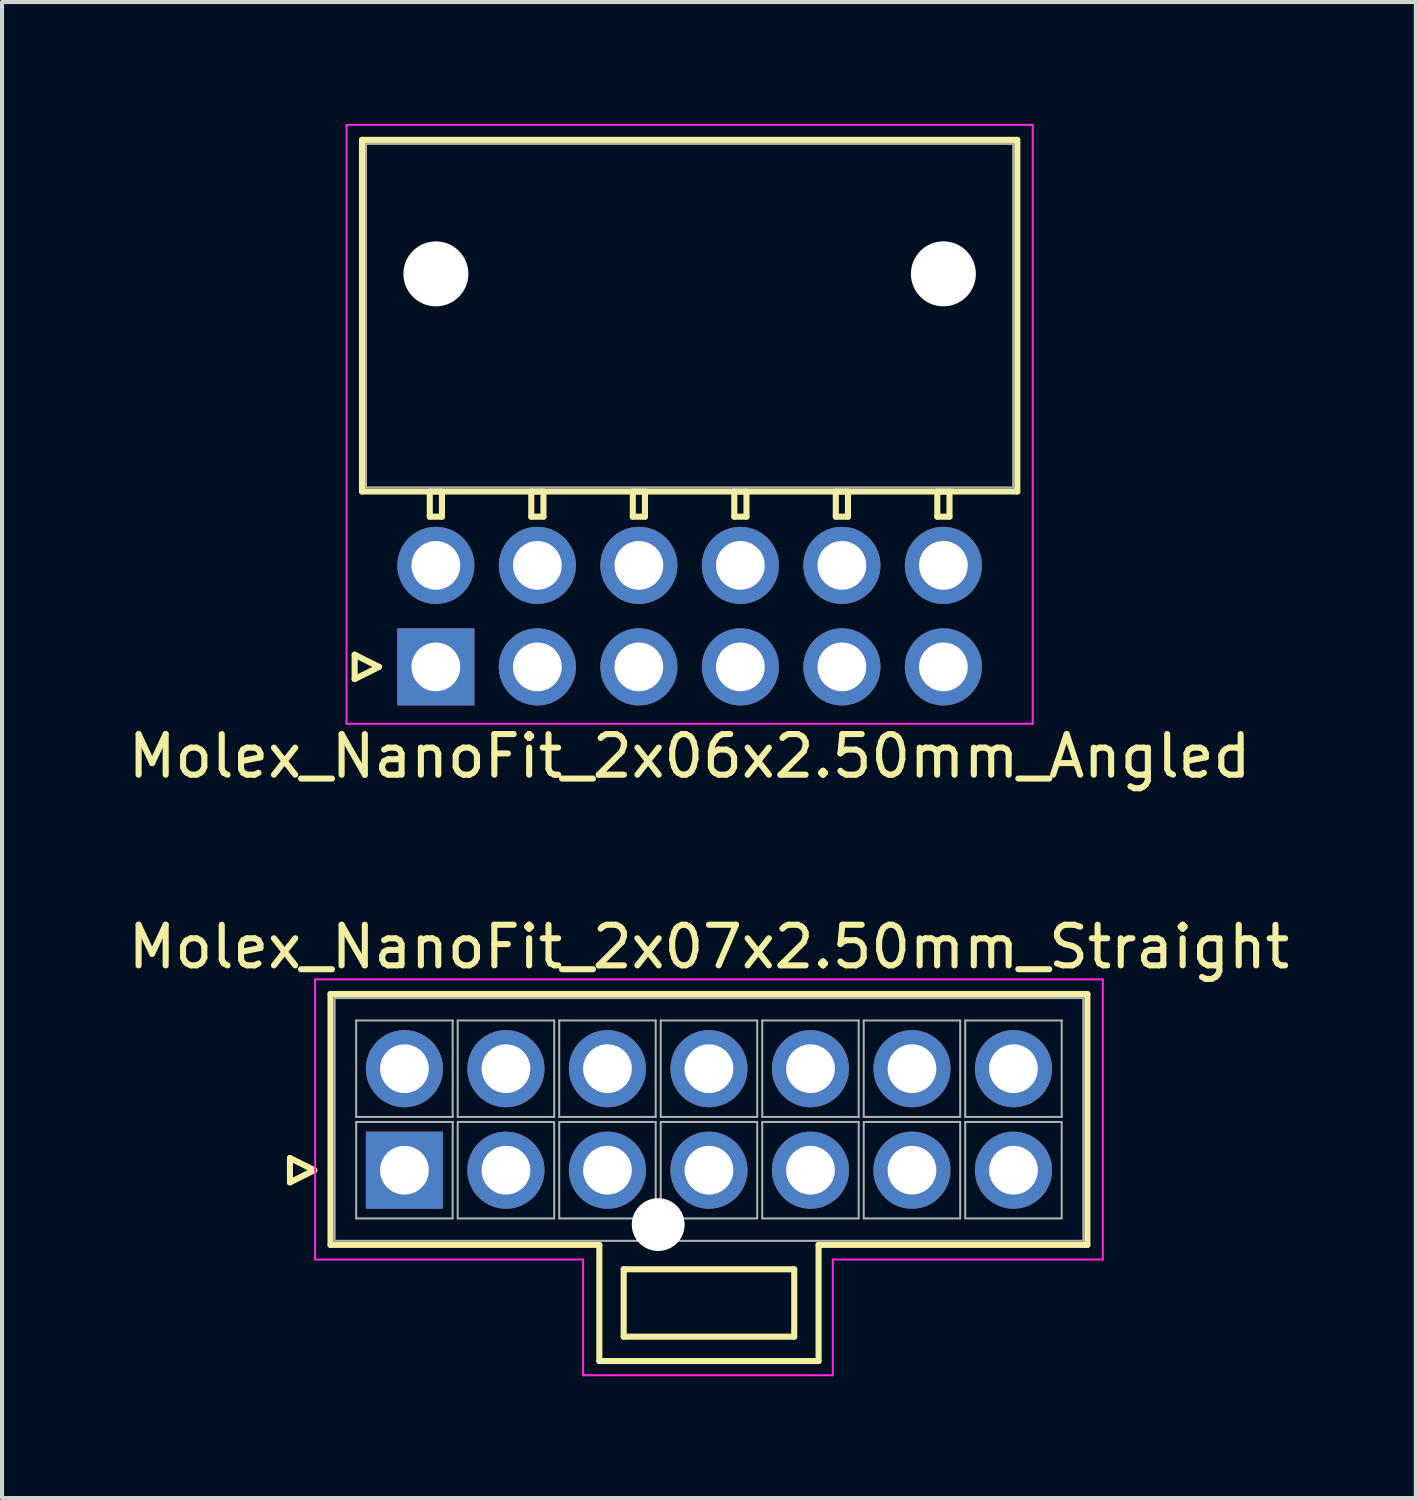
<source format=kicad_pcb>
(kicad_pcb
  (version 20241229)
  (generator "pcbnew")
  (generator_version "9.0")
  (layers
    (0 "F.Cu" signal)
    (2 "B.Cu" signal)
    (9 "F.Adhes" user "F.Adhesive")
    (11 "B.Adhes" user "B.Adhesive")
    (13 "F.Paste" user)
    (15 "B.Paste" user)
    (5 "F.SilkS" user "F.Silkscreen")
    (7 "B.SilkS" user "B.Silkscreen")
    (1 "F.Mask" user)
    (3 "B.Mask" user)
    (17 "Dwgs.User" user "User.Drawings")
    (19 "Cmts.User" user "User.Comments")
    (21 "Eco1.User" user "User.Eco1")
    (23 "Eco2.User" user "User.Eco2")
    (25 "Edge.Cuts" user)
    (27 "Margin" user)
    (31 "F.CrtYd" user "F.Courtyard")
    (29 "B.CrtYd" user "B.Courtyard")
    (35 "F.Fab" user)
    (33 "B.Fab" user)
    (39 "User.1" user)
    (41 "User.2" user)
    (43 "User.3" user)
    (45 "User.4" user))
  (footprint "Molex_NanoFit_2x06x2.50mm_Angled"
    (layer "F.Cu")
    (at 7.685 13.375)
    (property "Reference" "Molex_NanoFit_2x06x2.50mm_Angled" (at 6.25 2.2 0) (layer "F.SilkS") (effects (font (size 1 1) (thickness 0.15))))
    (attr through_hole)
    (fp_line (start -2 -0.3) (end -1.4 0) (stroke (width 0.15) (type solid)) (layer "F.SilkS"))
    (fp_line (start -2 0.3) (end -2 -0.3) (stroke (width 0.15) (type solid)) (layer "F.SilkS"))
    (fp_line (start -1.82 -12.98) (end -1.82 -4.32) (stroke (width 0.15) (type solid)) (layer "F.SilkS"))
    (fp_line (start -1.82 -4.32) (end 14.32 -4.32) (stroke (width 0.15) (type solid)) (layer "F.SilkS"))
    (fp_line (start -1.4 0) (end -2 0.3) (stroke (width 0.15) (type solid)) (layer "F.SilkS"))
    (fp_line (start -0.15 -4.32) (end -0.15 -3.7) (stroke (width 0.15) (type solid)) (layer "F.SilkS"))
    (fp_line (start -0.15 -3.7) (end 0.15 -3.7) (stroke (width 0.15) (type solid)) (layer "F.SilkS"))
    (fp_line (start 0.15 -4.32) (end -0.15 -4.32) (stroke (width 0.15) (type solid)) (layer "F.SilkS"))
    (fp_line (start 0.15 -3.7) (end 0.15 -4.32) (stroke (width 0.15) (type solid)) (layer "F.SilkS"))
    (fp_line (start 2.35 -4.32) (end 2.35 -3.7) (stroke (width 0.15) (type solid)) (layer "F.SilkS"))
    (fp_line (start 2.35 -3.7) (end 2.65 -3.7) (stroke (width 0.15) (type solid)) (layer "F.SilkS"))
    (fp_line (start 2.65 -4.32) (end 2.35 -4.32) (stroke (width 0.15) (type solid)) (layer "F.SilkS"))
    (fp_line (start 2.65 -3.7) (end 2.65 -4.32) (stroke (width 0.15) (type solid)) (layer "F.SilkS"))
    (fp_line (start 4.85 -4.32) (end 4.85 -3.7) (stroke (width 0.15) (type solid)) (layer "F.SilkS"))
    (fp_line (start 4.85 -3.7) (end 5.15 -3.7) (stroke (width 0.15) (type solid)) (layer "F.SilkS"))
    (fp_line (start 5.15 -4.32) (end 4.85 -4.32) (stroke (width 0.15) (type solid)) (layer "F.SilkS"))
    (fp_line (start 5.15 -3.7) (end 5.15 -4.32) (stroke (width 0.15) (type solid)) (layer "F.SilkS"))
    (fp_line (start 7.35 -4.32) (end 7.35 -3.7) (stroke (width 0.15) (type solid)) (layer "F.SilkS"))
    (fp_line (start 7.35 -3.7) (end 7.65 -3.7) (stroke (width 0.15) (type solid)) (layer "F.SilkS"))
    (fp_line (start 7.65 -4.32) (end 7.35 -4.32) (stroke (width 0.15) (type solid)) (layer "F.SilkS"))
    (fp_line (start 7.65 -3.7) (end 7.65 -4.32) (stroke (width 0.15) (type solid)) (layer "F.SilkS"))
    (fp_line (start 9.85 -4.32) (end 9.85 -3.7) (stroke (width 0.15) (type solid)) (layer "F.SilkS"))
    (fp_line (start 9.85 -3.7) (end 10.15 -3.7) (stroke (width 0.15) (type solid)) (layer "F.SilkS"))
    (fp_line (start 10.15 -4.32) (end 9.85 -4.32) (stroke (width 0.15) (type solid)) (layer "F.SilkS"))
    (fp_line (start 10.15 -3.7) (end 10.15 -4.32) (stroke (width 0.15) (type solid)) (layer "F.SilkS"))
    (fp_line (start 12.35 -4.32) (end 12.35 -3.7) (stroke (width 0.15) (type solid)) (layer "F.SilkS"))
    (fp_line (start 12.35 -3.7) (end 12.65 -3.7) (stroke (width 0.15) (type solid)) (layer "F.SilkS"))
    (fp_line (start 12.65 -4.32) (end 12.35 -4.32) (stroke (width 0.15) (type solid)) (layer "F.SilkS"))
    (fp_line (start 12.65 -3.7) (end 12.65 -4.32) (stroke (width 0.15) (type solid)) (layer "F.SilkS"))
    (fp_line (start 14.32 -12.98) (end -1.82 -12.98) (stroke (width 0.15) (type solid)) (layer "F.SilkS"))
    (fp_line (start 14.32 -4.32) (end 14.32 -12.98) (stroke (width 0.15) (type solid)) (layer "F.SilkS"))
    (fp_line (start -2.2 -13.35) (end -2.2 1.4) (stroke (width 0.05) (type solid)) (layer "F.CrtYd"))
    (fp_line (start -2.2 1.4) (end 14.7 1.4) (stroke (width 0.05) (type solid)) (layer "F.CrtYd"))
    (fp_line (start 14.7 -13.35) (end -2.2 -13.35) (stroke (width 0.05) (type solid)) (layer "F.CrtYd"))
    (fp_line (start 14.7 1.4) (end 14.7 -13.35) (stroke (width 0.05) (type solid)) (layer "F.CrtYd"))
    (fp_line (start -1.72 -12.88) (end -1.72 -4.42) (stroke (width 0.05) (type solid)) (layer "F.Fab"))
    (fp_line (start -1.72 -4.42) (end 14.22 -4.42) (stroke (width 0.05) (type solid)) (layer "F.Fab"))
    (fp_line (start 14.22 -12.88) (end -1.72 -12.88) (stroke (width 0.05) (type solid)) (layer "F.Fab"))
    (fp_line (start 14.22 -4.42) (end 14.22 -12.88) (stroke (width 0.05) (type solid)) (layer "F.Fab"))
    (pad "" np_thru_hole circle (at 0 -9.68) (size 1.6 1.6) (drill 1.6) (layers "*.Cu"))
    (pad "" np_thru_hole circle (at 12.5 -9.68) (size 1.6 1.6) (drill 1.6) (layers "*.Cu"))
    (pad "1" thru_hole rect (at 0 0) (size 1.9 1.9) (drill 1.2) (layers "*.Cu" "*.Mask"))
    (pad "2" thru_hole circle (at 2.5 0) (size 1.9 1.9) (drill 1.2) (layers "*.Cu" "*.Mask"))
    (pad "3" thru_hole circle (at 5 0) (size 1.9 1.9) (drill 1.2) (layers "*.Cu" "*.Mask"))
    (pad "4" thru_hole circle (at 7.5 0) (size 1.9 1.9) (drill 1.2) (layers "*.Cu" "*.Mask"))
    (pad "5" thru_hole circle (at 10 0) (size 1.9 1.9) (drill 1.2) (layers "*.Cu" "*.Mask"))
    (pad "6" thru_hole circle (at 12.5 0) (size 1.9 1.9) (drill 1.2) (layers "*.Cu" "*.Mask"))
    (pad "7" thru_hole circle (at 0 -2.5) (size 1.9 1.9) (drill 1.2) (layers "*.Cu" "*.Mask"))
    (pad "8" thru_hole circle (at 2.5 -2.5) (size 1.9 1.9) (drill 1.2) (layers "*.Cu" "*.Mask"))
    (pad "9" thru_hole circle (at 5 -2.5) (size 1.9 1.9) (drill 1.2) (layers "*.Cu" "*.Mask"))
    (pad "10" thru_hole circle (at 7.5 -2.5) (size 1.9 1.9) (drill 1.2) (layers "*.Cu" "*.Mask"))
    (pad "11" thru_hole circle (at 10 -2.5) (size 1.9 1.9) (drill 1.2) (layers "*.Cu" "*.Mask"))
    (pad "12" thru_hole circle (at 12.5 -2.5) (size 1.9 1.9) (drill 1.2) (layers "*.Cu" "*.Mask")))
  (footprint "Molex_NanoFit_2x07x2.50mm_Straight"
    (layer "F.Cu")
    (at 6.911 25.771)
    (property "Reference" "Molex_NanoFit_2x07x2.50mm_Straight" (at 7.5 -5.5 0) (layer "F.SilkS") (effects (font (size 1 1) (thickness 0.15))))
    (attr through_hole)
    (fp_line (start -2.82 -0.3) (end -2.22 0) (stroke (width 0.15) (type solid)) (layer "F.SilkS"))
    (fp_line (start -2.82 0.3) (end -2.82 -0.3) (stroke (width 0.15) (type solid)) (layer "F.SilkS"))
    (fp_line (start -2.22 0) (end -2.82 0.3) (stroke (width 0.15) (type solid)) (layer "F.SilkS"))
    (fp_line (start -1.82 -4.34) (end -1.82 1.84) (stroke (width 0.15) (type solid)) (layer "F.SilkS"))
    (fp_line (start -1.82 1.84) (end 4.8 1.84) (stroke (width 0.15) (type solid)) (layer "F.SilkS"))
    (fp_line (start 4.8 1.84) (end 4.8 4.7) (stroke (width 0.15) (type solid)) (layer "F.SilkS"))
    (fp_line (start 4.8 4.7) (end 7.5 4.7) (stroke (width 0.15) (type solid)) (layer "F.SilkS"))
    (fp_line (start 5.4 2.44) (end 5.4 4.1) (stroke (width 0.15) (type solid)) (layer "F.SilkS"))
    (fp_line (start 5.4 4.1) (end 9.6 4.1) (stroke (width 0.15) (type solid)) (layer "F.SilkS"))
    (fp_line (start 7.5 -4.34) (end -1.82 -4.34) (stroke (width 0.15) (type solid)) (layer "F.SilkS"))
    (fp_line (start 7.5 -4.34) (end 16.82 -4.34) (stroke (width 0.15) (type solid)) (layer "F.SilkS"))
    (fp_line (start 9.6 2.44) (end 5.4 2.44) (stroke (width 0.15) (type solid)) (layer "F.SilkS"))
    (fp_line (start 9.6 4.1) (end 9.6 2.44) (stroke (width 0.15) (type solid)) (layer "F.SilkS"))
    (fp_line (start 10.2 1.84) (end 10.2 4.7) (stroke (width 0.15) (type solid)) (layer "F.SilkS"))
    (fp_line (start 10.2 4.7) (end 7.5 4.7) (stroke (width 0.15) (type solid)) (layer "F.SilkS"))
    (fp_line (start 16.82 -4.34) (end 16.82 1.84) (stroke (width 0.15) (type solid)) (layer "F.SilkS"))
    (fp_line (start 16.82 1.84) (end 10.2 1.84) (stroke (width 0.15) (type solid)) (layer "F.SilkS"))
    (fp_line (start -2.2 -4.7) (end -2.2 2.2) (stroke (width 0.05) (type solid)) (layer "F.CrtYd"))
    (fp_line (start -2.2 2.2) (end 4.4 2.2) (stroke (width 0.05) (type solid)) (layer "F.CrtYd"))
    (fp_line (start 4.4 2.2) (end 4.4 5.05) (stroke (width 0.05) (type solid)) (layer "F.CrtYd"))
    (fp_line (start 4.4 5.05) (end 10.55 5.05) (stroke (width 0.05) (type solid)) (layer "F.CrtYd"))
    (fp_line (start 10.55 2.2) (end 17.2 2.2) (stroke (width 0.05) (type solid)) (layer "F.CrtYd"))
    (fp_line (start 10.55 5.05) (end 10.55 2.2) (stroke (width 0.05) (type solid)) (layer "F.CrtYd"))
    (fp_line (start 17.2 -4.7) (end -2.2 -4.7) (stroke (width 0.05) (type solid)) (layer "F.CrtYd"))
    (fp_line (start 17.2 2.2) (end 17.2 -4.7) (stroke (width 0.05) (type solid)) (layer "F.CrtYd"))
    (fp_line (start -1.72 -4.24) (end -1.72 1.74) (stroke (width 0.05) (type solid)) (layer "F.Fab"))
    (fp_line (start -1.72 1.74) (end 16.72 1.74) (stroke (width 0.05) (type solid)) (layer "F.Fab"))
    (fp_line (start -1.188 -3.688) (end -1.188 -1.312) (stroke (width 0.05) (type solid)) (layer "F.Fab"))
    (fp_line (start -1.188 -1.312) (end 1.188 -1.312) (stroke (width 0.05) (type solid)) (layer "F.Fab"))
    (fp_line (start -1.188 -1.188) (end -1.188 1.188) (stroke (width 0.05) (type solid)) (layer "F.Fab"))
    (fp_line (start -1.188 1.188) (end 1.188 1.188) (stroke (width 0.05) (type solid)) (layer "F.Fab"))
    (fp_line (start 1.188 -3.688) (end -1.188 -3.688) (stroke (width 0.05) (type solid)) (layer "F.Fab"))
    (fp_line (start 1.188 -1.312) (end 1.188 -3.688) (stroke (width 0.05) (type solid)) (layer "F.Fab"))
    (fp_line (start 1.188 -1.188) (end -1.188 -1.188) (stroke (width 0.05) (type solid)) (layer "F.Fab"))
    (fp_line (start 1.188 1.188) (end 1.188 -1.188) (stroke (width 0.05) (type solid)) (layer "F.Fab"))
    (fp_line (start 1.312 -3.688) (end 1.312 -1.312) (stroke (width 0.05) (type solid)) (layer "F.Fab"))
    (fp_line (start 1.312 -1.312) (end 3.688 -1.312) (stroke (width 0.05) (type solid)) (layer "F.Fab"))
    (fp_line (start 1.312 -1.188) (end 1.312 1.188) (stroke (width 0.05) (type solid)) (layer "F.Fab"))
    (fp_line (start 1.312 1.188) (end 3.688 1.188) (stroke (width 0.05) (type solid)) (layer "F.Fab"))
    (fp_line (start 3.688 -3.688) (end 1.312 -3.688) (stroke (width 0.05) (type solid)) (layer "F.Fab"))
    (fp_line (start 3.688 -1.312) (end 3.688 -3.688) (stroke (width 0.05) (type solid)) (layer "F.Fab"))
    (fp_line (start 3.688 -1.188) (end 1.312 -1.188) (stroke (width 0.05) (type solid)) (layer "F.Fab"))
    (fp_line (start 3.688 1.188) (end 3.688 -1.188) (stroke (width 0.05) (type solid)) (layer "F.Fab"))
    (fp_line (start 3.812 -3.688) (end 3.812 -1.312) (stroke (width 0.05) (type solid)) (layer "F.Fab"))
    (fp_line (start 3.812 -1.312) (end 6.188 -1.312) (stroke (width 0.05) (type solid)) (layer "F.Fab"))
    (fp_line (start 3.812 -1.188) (end 3.812 1.188) (stroke (width 0.05) (type solid)) (layer "F.Fab"))
    (fp_line (start 3.812 1.188) (end 6.188 1.188) (stroke (width 0.05) (type solid)) (layer "F.Fab"))
    (fp_line (start 6.188 -3.688) (end 3.812 -3.688) (stroke (width 0.05) (type solid)) (layer "F.Fab"))
    (fp_line (start 6.188 -1.312) (end 6.188 -3.688) (stroke (width 0.05) (type solid)) (layer "F.Fab"))
    (fp_line (start 6.188 -1.188) (end 3.812 -1.188) (stroke (width 0.05) (type solid)) (layer "F.Fab"))
    (fp_line (start 6.188 1.188) (end 6.188 -1.188) (stroke (width 0.05) (type solid)) (layer "F.Fab"))
    (fp_line (start 6.312 -3.688) (end 6.312 -1.312) (stroke (width 0.05) (type solid)) (layer "F.Fab"))
    (fp_line (start 6.312 -1.312) (end 8.688 -1.312) (stroke (width 0.05) (type solid)) (layer "F.Fab"))
    (fp_line (start 6.312 -1.188) (end 6.312 1.188) (stroke (width 0.05) (type solid)) (layer "F.Fab"))
    (fp_line (start 6.312 1.188) (end 8.688 1.188) (stroke (width 0.05) (type solid)) (layer "F.Fab"))
    (fp_line (start 8.688 -3.688) (end 6.312 -3.688) (stroke (width 0.05) (type solid)) (layer "F.Fab"))
    (fp_line (start 8.688 -1.312) (end 8.688 -3.688) (stroke (width 0.05) (type solid)) (layer "F.Fab"))
    (fp_line (start 8.688 -1.188) (end 6.312 -1.188) (stroke (width 0.05) (type solid)) (layer "F.Fab"))
    (fp_line (start 8.688 1.188) (end 8.688 -1.188) (stroke (width 0.05) (type solid)) (layer "F.Fab"))
    (fp_line (start 8.812 -3.688) (end 8.812 -1.312) (stroke (width 0.05) (type solid)) (layer "F.Fab"))
    (fp_line (start 8.812 -1.312) (end 11.188 -1.312) (stroke (width 0.05) (type solid)) (layer "F.Fab"))
    (fp_line (start 8.812 -1.188) (end 8.812 1.188) (stroke (width 0.05) (type solid)) (layer "F.Fab"))
    (fp_line (start 8.812 1.188) (end 11.188 1.188) (stroke (width 0.05) (type solid)) (layer "F.Fab"))
    (fp_line (start 11.188 -3.688) (end 8.812 -3.688) (stroke (width 0.05) (type solid)) (layer "F.Fab"))
    (fp_line (start 11.188 -1.312) (end 11.188 -3.688) (stroke (width 0.05) (type solid)) (layer "F.Fab"))
    (fp_line (start 11.188 -1.188) (end 8.812 -1.188) (stroke (width 0.05) (type solid)) (layer "F.Fab"))
    (fp_line (start 11.188 1.188) (end 11.188 -1.188) (stroke (width 0.05) (type solid)) (layer "F.Fab"))
    (fp_line (start 11.312 -3.688) (end 11.312 -1.312) (stroke (width 0.05) (type solid)) (layer "F.Fab"))
    (fp_line (start 11.312 -1.312) (end 13.688 -1.312) (stroke (width 0.05) (type solid)) (layer "F.Fab"))
    (fp_line (start 11.312 -1.188) (end 11.312 1.188) (stroke (width 0.05) (type solid)) (layer "F.Fab"))
    (fp_line (start 11.312 1.188) (end 13.688 1.188) (stroke (width 0.05) (type solid)) (layer "F.Fab"))
    (fp_line (start 13.688 -3.688) (end 11.312 -3.688) (stroke (width 0.05) (type solid)) (layer "F.Fab"))
    (fp_line (start 13.688 -1.312) (end 13.688 -3.688) (stroke (width 0.05) (type solid)) (layer "F.Fab"))
    (fp_line (start 13.688 -1.188) (end 11.312 -1.188) (stroke (width 0.05) (type solid)) (layer "F.Fab"))
    (fp_line (start 13.688 1.188) (end 13.688 -1.188) (stroke (width 0.05) (type solid)) (layer "F.Fab"))
    (fp_line (start 13.812 -3.688) (end 13.812 -1.312) (stroke (width 0.05) (type solid)) (layer "F.Fab"))
    (fp_line (start 13.812 -1.312) (end 16.188 -1.312) (stroke (width 0.05) (type solid)) (layer "F.Fab"))
    (fp_line (start 13.812 -1.188) (end 13.812 1.188) (stroke (width 0.05) (type solid)) (layer "F.Fab"))
    (fp_line (start 13.812 1.188) (end 16.188 1.188) (stroke (width 0.05) (type solid)) (layer "F.Fab"))
    (fp_line (start 16.188 -3.688) (end 13.812 -3.688) (stroke (width 0.05) (type solid)) (layer "F.Fab"))
    (fp_line (start 16.188 -1.312) (end 16.188 -3.688) (stroke (width 0.05) (type solid)) (layer "F.Fab"))
    (fp_line (start 16.188 -1.188) (end 13.812 -1.188) (stroke (width 0.05) (type solid)) (layer "F.Fab"))
    (fp_line (start 16.188 1.188) (end 16.188 -1.188) (stroke (width 0.05) (type solid)) (layer "F.Fab"))
    (fp_line (start 16.72 -4.24) (end -1.72 -4.24) (stroke (width 0.05) (type solid)) (layer "F.Fab"))
    (fp_line (start 16.72 1.74) (end 16.72 -4.24) (stroke (width 0.05) (type solid)) (layer "F.Fab"))
    (pad "" np_thru_hole circle (at 6.25 1.34) (size 1.3 1.3) (drill 1.3) (layers "*.Cu"))
    (pad "1" thru_hole rect (at 0 0) (size 1.9 1.9) (drill 1.2) (layers "*.Cu" "*.Mask"))
    (pad "2" thru_hole circle (at 2.5 0) (size 1.9 1.9) (drill 1.2) (layers "*.Cu" "*.Mask"))
    (pad "3" thru_hole circle (at 5 0) (size 1.9 1.9) (drill 1.2) (layers "*.Cu" "*.Mask"))
    (pad "4" thru_hole circle (at 7.5 0) (size 1.9 1.9) (drill 1.2) (layers "*.Cu" "*.Mask"))
    (pad "5" thru_hole circle (at 10 0) (size 1.9 1.9) (drill 1.2) (layers "*.Cu" "*.Mask"))
    (pad "6" thru_hole circle (at 12.5 0) (size 1.9 1.9) (drill 1.2) (layers "*.Cu" "*.Mask"))
    (pad "7" thru_hole circle (at 15 0) (size 1.9 1.9) (drill 1.2) (layers "*.Cu" "*.Mask"))
    (pad "8" thru_hole circle (at 0 -2.5) (size 1.9 1.9) (drill 1.2) (layers "*.Cu" "*.Mask"))
    (pad "9" thru_hole circle (at 2.5 -2.5) (size 1.9 1.9) (drill 1.2) (layers "*.Cu" "*.Mask"))
    (pad "10" thru_hole circle (at 5 -2.5) (size 1.9 1.9) (drill 1.2) (layers "*.Cu" "*.Mask"))
    (pad "11" thru_hole circle (at 7.5 -2.5) (size 1.9 1.9) (drill 1.2) (layers "*.Cu" "*.Mask"))
    (pad "12" thru_hole circle (at 10 -2.5) (size 1.9 1.9) (drill 1.2) (layers "*.Cu" "*.Mask"))
    (pad "13" thru_hole circle (at 12.5 -2.5) (size 1.9 1.9) (drill 1.2) (layers "*.Cu" "*.Mask"))
    (pad "14" thru_hole circle (at 15 -2.5) (size 1.9 1.9) (drill 1.2) (layers "*.Cu" "*.Mask")))
  (gr_rect
    (start -3 -3)
    (end 31.821 33.846)
    (stroke (width 0.1) (type default))
    (fill no)
    (layer "Edge.Cuts")))
</source>
